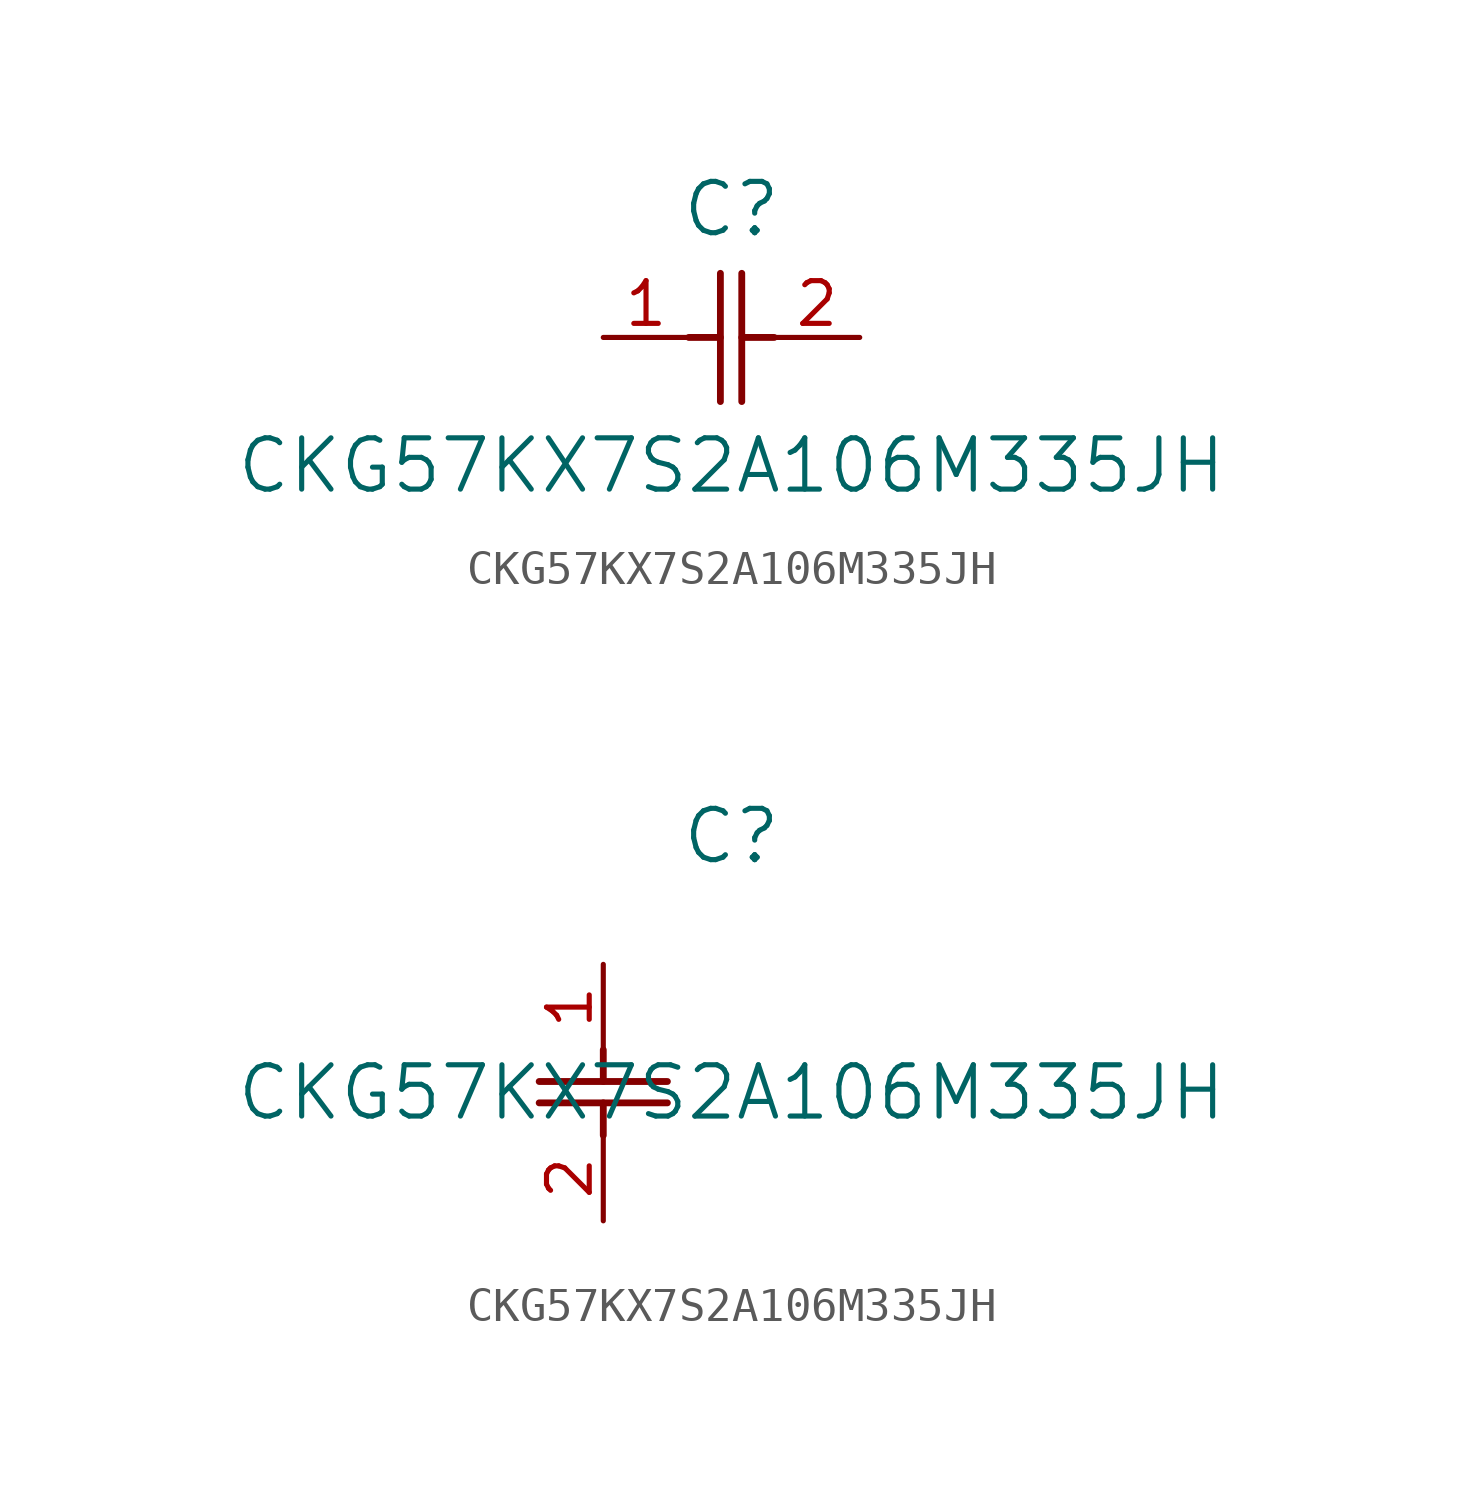
<source format=kicad_sym>
(kicad_symbol_lib
  (version 20211014)
  (generator kicad_symbol_editor)
  (symbol "CKG57KX7S2A106M335JH"
    (pin_names
      (offset 0.254))
    (property "Reference" "C"
      (at 3.81 3.81 0)
      (effects (font (size 1.524 1.524))))
    (property "Value" "CKG57KX7S2A106M335JH"
      (at 3.81 -3.81 0)
      (effects (font (size 1.524 1.524))))
    (symbol "CKG57KX7S2A106M335JH_1_1"
      (polyline (pts (xy 3.48 -1.905) (xy 3.48 1.905)) (stroke (width 0.203) (type default) (color 0 0 0 0)) (fill (type none)))
      (polyline (pts (xy 4.115 -1.905) (xy 4.115 1.905)) (stroke (width 0.203) (type default) (color 0 0 0 0)) (fill (type none)))
      (polyline (pts (xy 4.115 0) (xy 5.08 0)) (stroke (width 0.203) (type default) (color 0 0 0 0)) (fill (type none)))
      (polyline (pts (xy 2.54 0) (xy 3.48 0)) (stroke (width 0.203) (type default) (color 0 0 0 0)) (fill (type none)))
      (pin unspecified line (at 0 0 0) (length 2.54) (name "" (effects (font (size 1.27 1.27)))) (number "1" (effects (font (size 1.27 1.27)))))
      (pin unspecified line (at 7.62 0 180) (length 2.54) (name "" (effects (font (size 1.27 1.27)))) (number "2" (effects (font (size 1.27 1.27))))))
    (symbol "CKG57KX7S2A106M335JH_1_2"
      (polyline (pts (xy -1.905 -3.48) (xy 1.905 -3.48)) (stroke (width 0.203) (type default) (color 0 0 0 0)) (fill (type none)))
      (polyline (pts (xy -1.905 -4.115) (xy 1.905 -4.115)) (stroke (width 0.203) (type default) (color 0 0 0 0)) (fill (type none)))
      (polyline (pts (xy 0 -4.115) (xy 0 -5.08)) (stroke (width 0.203) (type default) (color 0 0 0 0)) (fill (type none)))
      (polyline (pts (xy 0 -2.54) (xy 0 -3.48)) (stroke (width 0.203) (type default) (color 0 0 0 0)) (fill (type none)))
      (pin unspecified line (at 0 0 270) (length 2.54) (name "" (effects (font (size 1.27 1.27)))) (number "1" (effects (font (size 1.27 1.27)))))
      (pin unspecified line (at 0 -7.62 90) (length 2.54) (name "" (effects (font (size 1.27 1.27)))) (number "2" (effects (font (size 1.27 1.27))))))))
</source>
